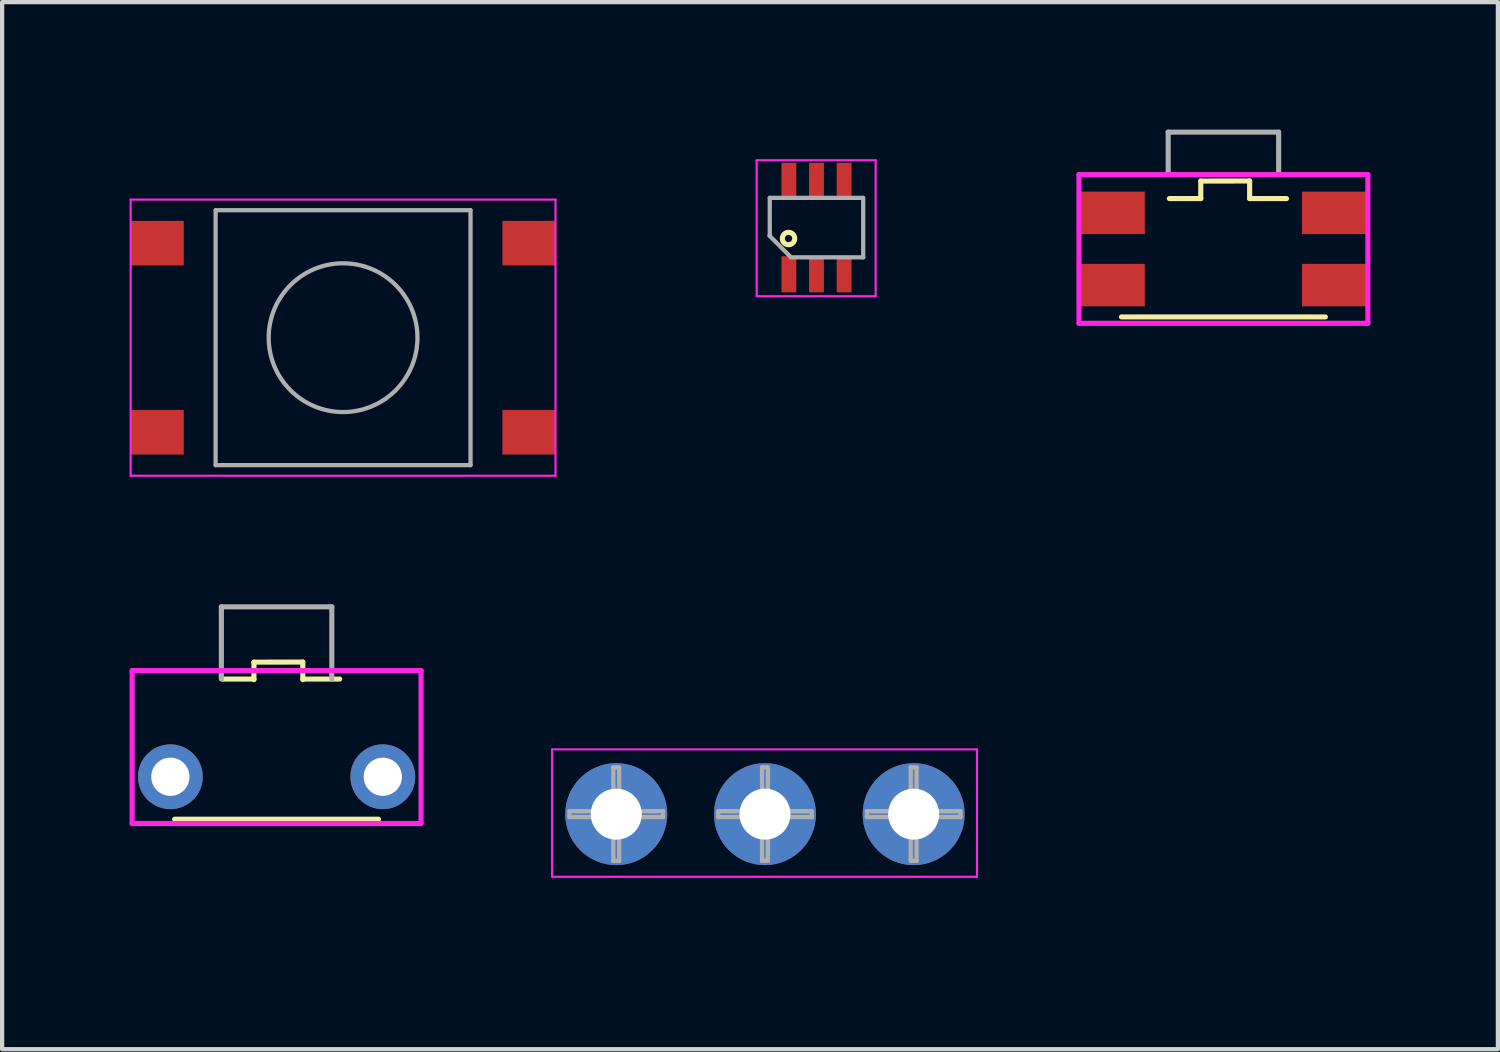
<source format=kicad_pcb>
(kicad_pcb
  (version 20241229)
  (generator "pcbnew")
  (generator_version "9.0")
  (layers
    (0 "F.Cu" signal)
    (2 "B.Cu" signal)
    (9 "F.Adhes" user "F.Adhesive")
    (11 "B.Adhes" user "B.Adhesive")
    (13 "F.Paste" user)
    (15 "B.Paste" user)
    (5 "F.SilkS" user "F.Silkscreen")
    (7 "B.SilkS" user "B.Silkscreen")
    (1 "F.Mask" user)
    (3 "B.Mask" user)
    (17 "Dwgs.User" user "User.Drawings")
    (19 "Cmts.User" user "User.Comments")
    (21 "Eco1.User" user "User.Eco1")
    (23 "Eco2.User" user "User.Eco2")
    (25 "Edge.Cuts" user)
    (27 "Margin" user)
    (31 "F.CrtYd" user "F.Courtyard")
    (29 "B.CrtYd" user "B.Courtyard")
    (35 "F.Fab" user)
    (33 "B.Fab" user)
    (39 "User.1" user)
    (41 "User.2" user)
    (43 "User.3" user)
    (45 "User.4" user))
  (footprint "button_6x6"
    (layer "F.Cu")
    (at 5.025 4.898)
    (property "Reference" "button_6x6" (at 0 -4.05 0) (layer "Eco2.User") (effects (font (size 1 1) (thickness 0.15))))
    (attr smd)
    (fp_line (start -5 -3.25) (end -5 3.25) (stroke (width 0.05) (type solid)) (layer "F.CrtYd"))
    (fp_line (start -5 -3.25) (end 5 -3.25) (stroke (width 0.05) (type solid)) (layer "F.CrtYd"))
    (fp_line (start -5 3.25) (end 5 3.25) (stroke (width 0.05) (type solid)) (layer "F.CrtYd"))
    (fp_line (start 5 3.25) (end 5 -3.25) (stroke (width 0.05) (type solid)) (layer "F.CrtYd"))
    (fp_line (start -3 -3) (end -3 3) (stroke (width 0.1) (type solid)) (layer "F.Fab"))
    (fp_line (start -3 3) (end 3 3) (stroke (width 0.1) (type solid)) (layer "F.Fab"))
    (fp_line (start 3 -3) (end -3 -3) (stroke (width 0.1) (type solid)) (layer "F.Fab"))
    (fp_line (start 3 3) (end 3 -3) (stroke (width 0.1) (type solid)) (layer "F.Fab"))
    (fp_circle (center 0 0) (end 1.75 -0.05) (stroke (width 0.1) (type solid)) (fill no) (layer "F.Fab"))
    (pad "1" smd rect (at -4.375 -2.225) (size 1.25 1.05) (layers "F.Cu" "F.Mask" "F.Paste"))
    (pad "1" smd rect (at 4.375 -2.225) (size 1.25 1.05) (layers "F.Cu" "F.Mask" "F.Paste"))
    (pad "2" smd rect (at -4.375 2.225) (size 1.25 1.05) (layers "F.Cu" "F.Mask" "F.Paste"))
    (pad "2" smd rect (at 4.375 2.225) (size 1.25 1.05) (layers "F.Cu" "F.Mask" "F.Paste")))
  (footprint "edge_push_switch_tht"
    (layer "F.Cu")
    (at 3.46 15.233)
    (property "Reference" "edge_push_switch_tht" (at -0.008 3.105 180) (layer "Eco2.User") (effects (font (size 0.3 0.3) (thickness 0.075))))
    (attr through_hole)
    (fp_line (start -0.533 -2.698) (end -0.533 -2.286) (stroke (width 0.12) (type solid)) (layer "F.SilkS"))
    (fp_line (start -0.533 -2.3) (end -1.273 -2.3) (stroke (width 0.12) (type solid)) (layer "F.SilkS"))
    (fp_line (start 0.617 -2.7) (end -0.533 -2.698) (stroke (width 0.12) (type solid)) (layer "F.SilkS"))
    (fp_line (start 0.617 -2.286) (end 0.617 -2.7) (stroke (width 0.12) (type solid)) (layer "F.SilkS"))
    (fp_line (start 1.486 -2.3) (end 0.617 -2.3) (stroke (width 0.12) (type solid)) (layer "F.SilkS"))
    (fp_line (start 2.4 1) (end -2.4 1) (stroke (width 0.12) (type solid)) (layer "F.SilkS"))
    (fp_line (start -3.4 -2.5) (end 3.4 -2.5) (stroke (width 0.12) (type solid)) (layer "F.CrtYd"))
    (fp_line (start -3.4 1.1) (end -3.4 -2.5) (stroke (width 0.12) (type solid)) (layer "F.CrtYd"))
    (fp_line (start 3.4 1.1) (end -3.4 1.1) (stroke (width 0.12) (type solid)) (layer "F.CrtYd"))
    (fp_line (start 3.4 1.1) (end 3.4 -2.5) (stroke (width 0.12) (type solid)) (layer "F.CrtYd"))
    (fp_line (start -1.3 -4) (end -1.3 -2.3) (stroke (width 0.12) (type solid)) (layer "F.Fab"))
    (fp_line (start 1.3 -4) (end -1.3 -4) (stroke (width 0.12) (type solid)) (layer "F.Fab"))
    (fp_line (start 1.3 -2.3) (end 1.3 -4) (stroke (width 0.12) (type solid)) (layer "F.Fab"))
    (pad "1" thru_hole circle (at -2.5 0) (size 1.524 1.524) (drill 0.9) (layers "*.Cu" "*.Mask"))
    (pad "2" thru_hole circle (at 2.5 0) (size 1.524 1.524) (drill 0.9) (layers "*.Cu" "*.Mask")))
  (footprint "edge_mounted_push_switch"
    (layer "F.Cu")
    (at 25.746 2.81)
    (property "Reference" "edge_mounted_push_switch" (at -0.008 4.105 180) (layer "Eco2.User") (effects (font (size 0.3 0.3) (thickness 0.075))))
    (attr through_hole)
    (fp_line (start -0.533 -1.598) (end -0.533 -1.186) (stroke (width 0.12) (type solid)) (layer "F.SilkS"))
    (fp_line (start -0.533 -1.186) (end -1.273 -1.186) (stroke (width 0.12) (type solid)) (layer "F.SilkS"))
    (fp_line (start 0.617 -1.6) (end -0.533 -1.598) (stroke (width 0.12) (type solid)) (layer "F.SilkS"))
    (fp_line (start 0.617 -1.186) (end 0.617 -1.6) (stroke (width 0.12) (type solid)) (layer "F.SilkS"))
    (fp_line (start 1.486 -1.186) (end 0.617 -1.186) (stroke (width 0.12) (type solid)) (layer "F.SilkS"))
    (fp_line (start 2.4 1.6) (end -2.4 1.6) (stroke (width 0.12) (type solid)) (layer "F.SilkS"))
    (fp_line (start -3.4 -1.75) (end 3.4 -1.75) (stroke (width 0.12) (type solid)) (layer "F.CrtYd"))
    (fp_line (start -3.4 1.75) (end -3.4 -1.75) (stroke (width 0.12) (type solid)) (layer "F.CrtYd"))
    (fp_line (start 3.4 1.75) (end -3.4 1.75) (stroke (width 0.12) (type solid)) (layer "F.CrtYd"))
    (fp_line (start 3.4 1.75) (end 3.4 -1.75) (stroke (width 0.12) (type solid)) (layer "F.CrtYd"))
    (fp_line (start -1.3 -2.75) (end -1.3 -1.75) (stroke (width 0.12) (type solid)) (layer "F.Fab"))
    (fp_line (start 1.3 -2.75) (end -1.3 -2.75) (stroke (width 0.12) (type solid)) (layer "F.Fab"))
    (fp_line (start 1.3 -1.75) (end 1.3 -2.75) (stroke (width 0.12) (type solid)) (layer "F.Fab"))
    (pad "1" smd rect (at -2.65 0.85 180) (size 1.6 1) (layers "F.Cu" "F.Mask" "F.Paste"))
    (pad "2" smd rect (at -2.65 -0.85 180) (size 1.6 1) (layers "F.Cu" "F.Mask" "F.Paste"))
    (pad "3" smd rect (at 2.65 0.85 180) (size 1.6 1) (layers "F.Cu" "F.Mask" "F.Paste"))
    (pad "4" smd rect (at 2.65 -0.85 180) (size 1.6 1) (layers "F.Cu" "F.Mask" "F.Paste")))
  (footprint "current_sense_amp_INA199"
    (layer "F.Cu")
    (at 16.168 2.307)
    (property "Reference" "current_sense_amp_INA199" (at 0 -2 0) (layer "Eco2.User") (effects (font (size 0.3 0.3) (thickness 0.075))))
    (attr smd)
    (fp_circle (center -0.658 0.257) (end -0.518 0.216) (stroke (width 0.12) (type solid)) (fill no) (layer "F.SilkS"))
    (fp_line (start -1.408 1.615) (end -1.408 -1.585) (stroke (width 0.05) (type solid)) (layer "F.CrtYd"))
    (fp_line (start -1.408 1.615) (end 1.392 1.615) (stroke (width 0.05) (type solid)) (layer "F.CrtYd"))
    (fp_line (start 1.392 -1.585) (end -1.408 -1.585) (stroke (width 0.05) (type solid)) (layer "F.CrtYd"))
    (fp_line (start 1.392 1.615) (end 1.392 -1.585) (stroke (width 0.05) (type solid)) (layer "F.CrtYd"))
    (fp_line (start -1.108 0.19) (end -0.608 0.69) (stroke (width 0.1) (type solid)) (layer "F.Fab"))
    (fp_line (start -1.1 -0.7) (end -1.1 0.19) (stroke (width 0.1) (type solid)) (layer "F.Fab"))
    (fp_line (start -1.1 -0.7) (end 1.092 -0.7) (stroke (width 0.1) (type solid)) (layer "F.Fab"))
    (fp_line (start -0.608 0.7) (end 1.1 0.7) (stroke (width 0.1) (type solid)) (layer "F.Fab"))
    (fp_line (start 1.1 -0.7) (end 1.1 0.7) (stroke (width 0.1) (type solid)) (layer "F.Fab"))
    (pad "1" smd rect (at -0.65 1.1 180) (size 0.35 0.85) (layers "F.Cu" "F.Mask" "F.Paste"))
    (pad "2" smd rect (at 0 1.1 180) (size 0.35 0.85) (layers "F.Cu" "F.Mask" "F.Paste"))
    (pad "3" smd rect (at 0.65 1.1 180) (size 0.35 0.85) (layers "F.Cu" "F.Mask" "F.Paste"))
    (pad "4" smd rect (at 0.65 -1.1 180) (size 0.35 0.85) (layers "F.Cu" "F.Mask" "F.Paste"))
    (pad "5" smd rect (at 0 -1.1 180) (size 0.35 0.85) (layers "F.Cu" "F.Mask" "F.Paste"))
    (pad "6" smd rect (at -0.65 -1.1 180) (size 0.35 0.85) (layers "F.Cu" "F.Mask" "F.Paste")))
  (footprint "holes_3p_3.5mm"
    (layer "F.Cu")
    (at 14.945 16.088)
    (property "Reference" "holes_3p_3.5mm" (at 0.038 -4.608 180) (layer "Eco2.User") (effects (font (size 0.3 0.3) (thickness 0.075))))
    (attr through_hole)
    (fp_line (start -5 -1.5) (end -5 1.5) (stroke (width 0.05) (type solid)) (layer "F.CrtYd"))
    (fp_line (start -5 1.5) (end 5 1.5) (stroke (width 0.05) (type solid)) (layer "F.CrtYd"))
    (fp_line (start 5 -1.5) (end -5 -1.5) (stroke (width 0.05) (type solid)) (layer "F.CrtYd"))
    (fp_line (start 5 1.5) (end 5 -1.5) (stroke (width 0.05) (type solid)) (layer "F.CrtYd"))
    (fp_line (start -4.59 -0.044) (end -3.559 -0.044) (stroke (width 0.1) (type solid)) (layer "F.Fab"))
    (fp_line (start -4.59 0.094) (end -4.59 -0.044) (stroke (width 0.1) (type solid)) (layer "F.Fab"))
    (fp_line (start -3.559 -1.075) (end -3.421 -1.075) (stroke (width 0.1) (type solid)) (layer "F.Fab"))
    (fp_line (start -3.559 -0.044) (end -3.559 -1.075) (stroke (width 0.1) (type solid)) (layer "F.Fab"))
    (fp_line (start -3.559 0.094) (end -4.59 0.094) (stroke (width 0.1) (type solid)) (layer "F.Fab"))
    (fp_line (start -3.559 1.125) (end -3.559 0.094) (stroke (width 0.1) (type solid)) (layer "F.Fab"))
    (fp_line (start -3.421 -1.075) (end -3.421 -0.044) (stroke (width 0.1) (type solid)) (layer "F.Fab"))
    (fp_line (start -3.421 -0.044) (end -2.39 -0.044) (stroke (width 0.1) (type solid)) (layer "F.Fab"))
    (fp_line (start -3.421 0.094) (end -3.421 1.125) (stroke (width 0.1) (type solid)) (layer "F.Fab"))
    (fp_line (start -3.421 1.125) (end -3.559 1.125) (stroke (width 0.1) (type solid)) (layer "F.Fab"))
    (fp_line (start -2.39 -0.044) (end -2.39 0.094) (stroke (width 0.1) (type solid)) (layer "F.Fab"))
    (fp_line (start -2.39 0.094) (end -3.421 0.094) (stroke (width 0.1) (type solid)) (layer "F.Fab"))
    (fp_line (start -1.09 -0.044) (end -0.059 -0.044) (stroke (width 0.1) (type solid)) (layer "F.Fab"))
    (fp_line (start -1.09 0.094) (end -1.09 -0.044) (stroke (width 0.1) (type solid)) (layer "F.Fab"))
    (fp_line (start -0.059 -1.075) (end 0.079 -1.075) (stroke (width 0.1) (type solid)) (layer "F.Fab"))
    (fp_line (start -0.059 -0.044) (end -0.059 -1.075) (stroke (width 0.1) (type solid)) (layer "F.Fab"))
    (fp_line (start -0.059 0.094) (end -1.09 0.094) (stroke (width 0.1) (type solid)) (layer "F.Fab"))
    (fp_line (start -0.059 1.125) (end -0.059 0.094) (stroke (width 0.1) (type solid)) (layer "F.Fab"))
    (fp_line (start 0.079 -1.075) (end 0.079 -0.044) (stroke (width 0.1) (type solid)) (layer "F.Fab"))
    (fp_line (start 0.079 -0.044) (end 1.11 -0.044) (stroke (width 0.1) (type solid)) (layer "F.Fab"))
    (fp_line (start 0.079 0.094) (end 0.079 1.125) (stroke (width 0.1) (type solid)) (layer "F.Fab"))
    (fp_line (start 0.079 1.125) (end -0.059 1.125) (stroke (width 0.1) (type solid)) (layer "F.Fab"))
    (fp_line (start 1.11 -0.044) (end 1.11 0.094) (stroke (width 0.1) (type solid)) (layer "F.Fab"))
    (fp_line (start 1.11 0.094) (end 0.079 0.094) (stroke (width 0.1) (type solid)) (layer "F.Fab"))
    (fp_line (start 2.41 -0.044) (end 3.441 -0.044) (stroke (width 0.1) (type solid)) (layer "F.Fab"))
    (fp_line (start 2.41 0.094) (end 2.41 -0.044) (stroke (width 0.1) (type solid)) (layer "F.Fab"))
    (fp_line (start 3.441 -1.075) (end 3.579 -1.075) (stroke (width 0.1) (type solid)) (layer "F.Fab"))
    (fp_line (start 3.441 -0.044) (end 3.441 -1.075) (stroke (width 0.1) (type solid)) (layer "F.Fab"))
    (fp_line (start 3.441 0.094) (end 2.41 0.094) (stroke (width 0.1) (type solid)) (layer "F.Fab"))
    (fp_line (start 3.441 1.125) (end 3.441 0.094) (stroke (width 0.1) (type solid)) (layer "F.Fab"))
    (fp_line (start 3.579 -1.075) (end 3.579 -0.044) (stroke (width 0.1) (type solid)) (layer "F.Fab"))
    (fp_line (start 3.579 -0.044) (end 4.61 -0.044) (stroke (width 0.1) (type solid)) (layer "F.Fab"))
    (fp_line (start 3.579 0.094) (end 3.579 1.125) (stroke (width 0.1) (type solid)) (layer "F.Fab"))
    (fp_line (start 3.579 1.125) (end 3.441 1.125) (stroke (width 0.1) (type solid)) (layer "F.Fab"))
    (fp_line (start 4.61 -0.044) (end 4.61 0.094) (stroke (width 0.1) (type solid)) (layer "F.Fab"))
    (fp_line (start 4.61 0.094) (end 3.579 0.094) (stroke (width 0.1) (type solid)) (layer "F.Fab"))
    (pad "1" thru_hole circle (at 3.51 0.025 180) (size 2.4 2.4) (drill 1.2) (layers "*.Cu" "*.Mask"))
    (pad "2" thru_hole circle (at 0.01 0.025 180) (size 2.4 2.4) (drill 1.2) (layers "*.Cu" "*.Mask"))
    (pad "3" thru_hole circle (at -3.49 0.025 180) (size 2.4 2.4) (drill 1.2) (layers "*.Cu" "*.Mask")))
  (gr_rect
    (start -3 -3)
    (end 32.206 21.645)
    (stroke (width 0.1) (type default))
    (fill no)
    (layer "Edge.Cuts")))
</source>
